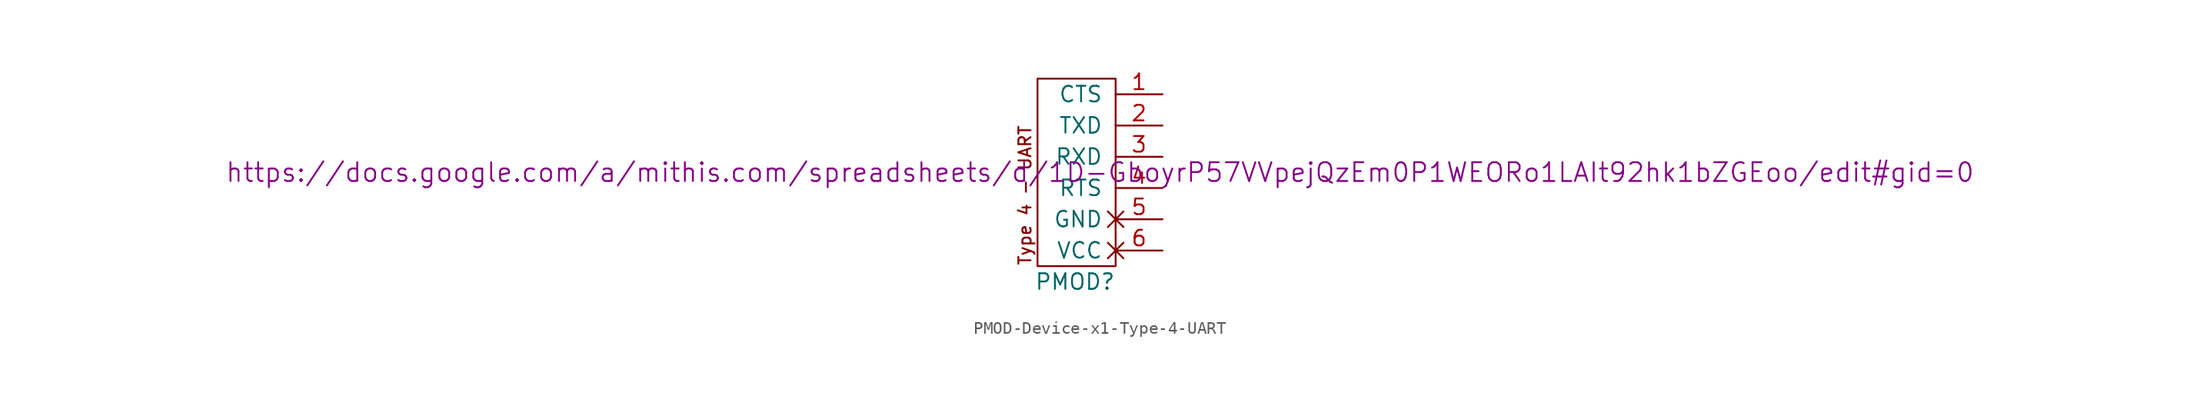
<source format=kicad_sym>
(kicad_symbol_lib
  (version 20211014)
  (generator kicad_symbol_editor)
  (symbol "PMOD-Device-x1-Type-4-UART"
    (pin_names
      (offset 1.016))
    (property "Reference" "PMOD"
      (at -3.302 -1.27 0)
      (effects (font (size 1.27 1.27))))
    (property "Datasheet" "https://docs.google.com/a/mithis.com/spreadsheets/d/1D-GboyrP57VVpejQzEm0P1WEORo1LAIt92hk1bZGEoo/edit#gid=0"
      (at -1.27 7.62 0)
      (effects (font (size 1.524 1.524))))
    (symbol "PMOD-Device-x1-Type-4-UART_0_0"
      (text "Type 4 - UART" (at -7.366 0 900) (effects (font (size 0.991 0.991)) (justify left))))
    (symbol "PMOD-Device-x1-Type-4-UART_0_1"
      (rectangle (start 0 15.24) (end -6.35 0) (stroke (width 0) (type default) (color 0 0 0 0)) (fill (type none))))
    (symbol "PMOD-Device-x1-Type-4-UART_1_1"
      (pin input line (at 3.81 13.97 180) (length 3.81) (name "CTS" (effects (font (size 1.27 1.27)))) (number "1" (effects (font (size 1.27 1.27)))))
      (pin output line (at 3.81 11.43 180) (length 3.81) (name "TXD" (effects (font (size 1.27 1.27)))) (number "2" (effects (font (size 1.27 1.27)))))
      (pin input line (at 3.81 8.89 180) (length 3.81) (name "RXD" (effects (font (size 1.27 1.27)))) (number "3" (effects (font (size 1.27 1.27)))))
      (pin output line (at 3.81 6.35 180) (length 3.81) (name "RTS" (effects (font (size 1.27 1.27)))) (number "4" (effects (font (size 1.27 1.27)))))
      (pin power_out non_logic (at 3.81 3.81 180) (length 3.81) (name "GND" (effects (font (size 1.27 1.27)))) (number "5" (effects (font (size 1.27 1.27)))))
      (pin power_out non_logic (at 3.81 1.27 180) (length 3.81) (name "VCC" (effects (font (size 1.27 1.27)))) (number "6" (effects (font (size 1.27 1.27))))))))
</source>
